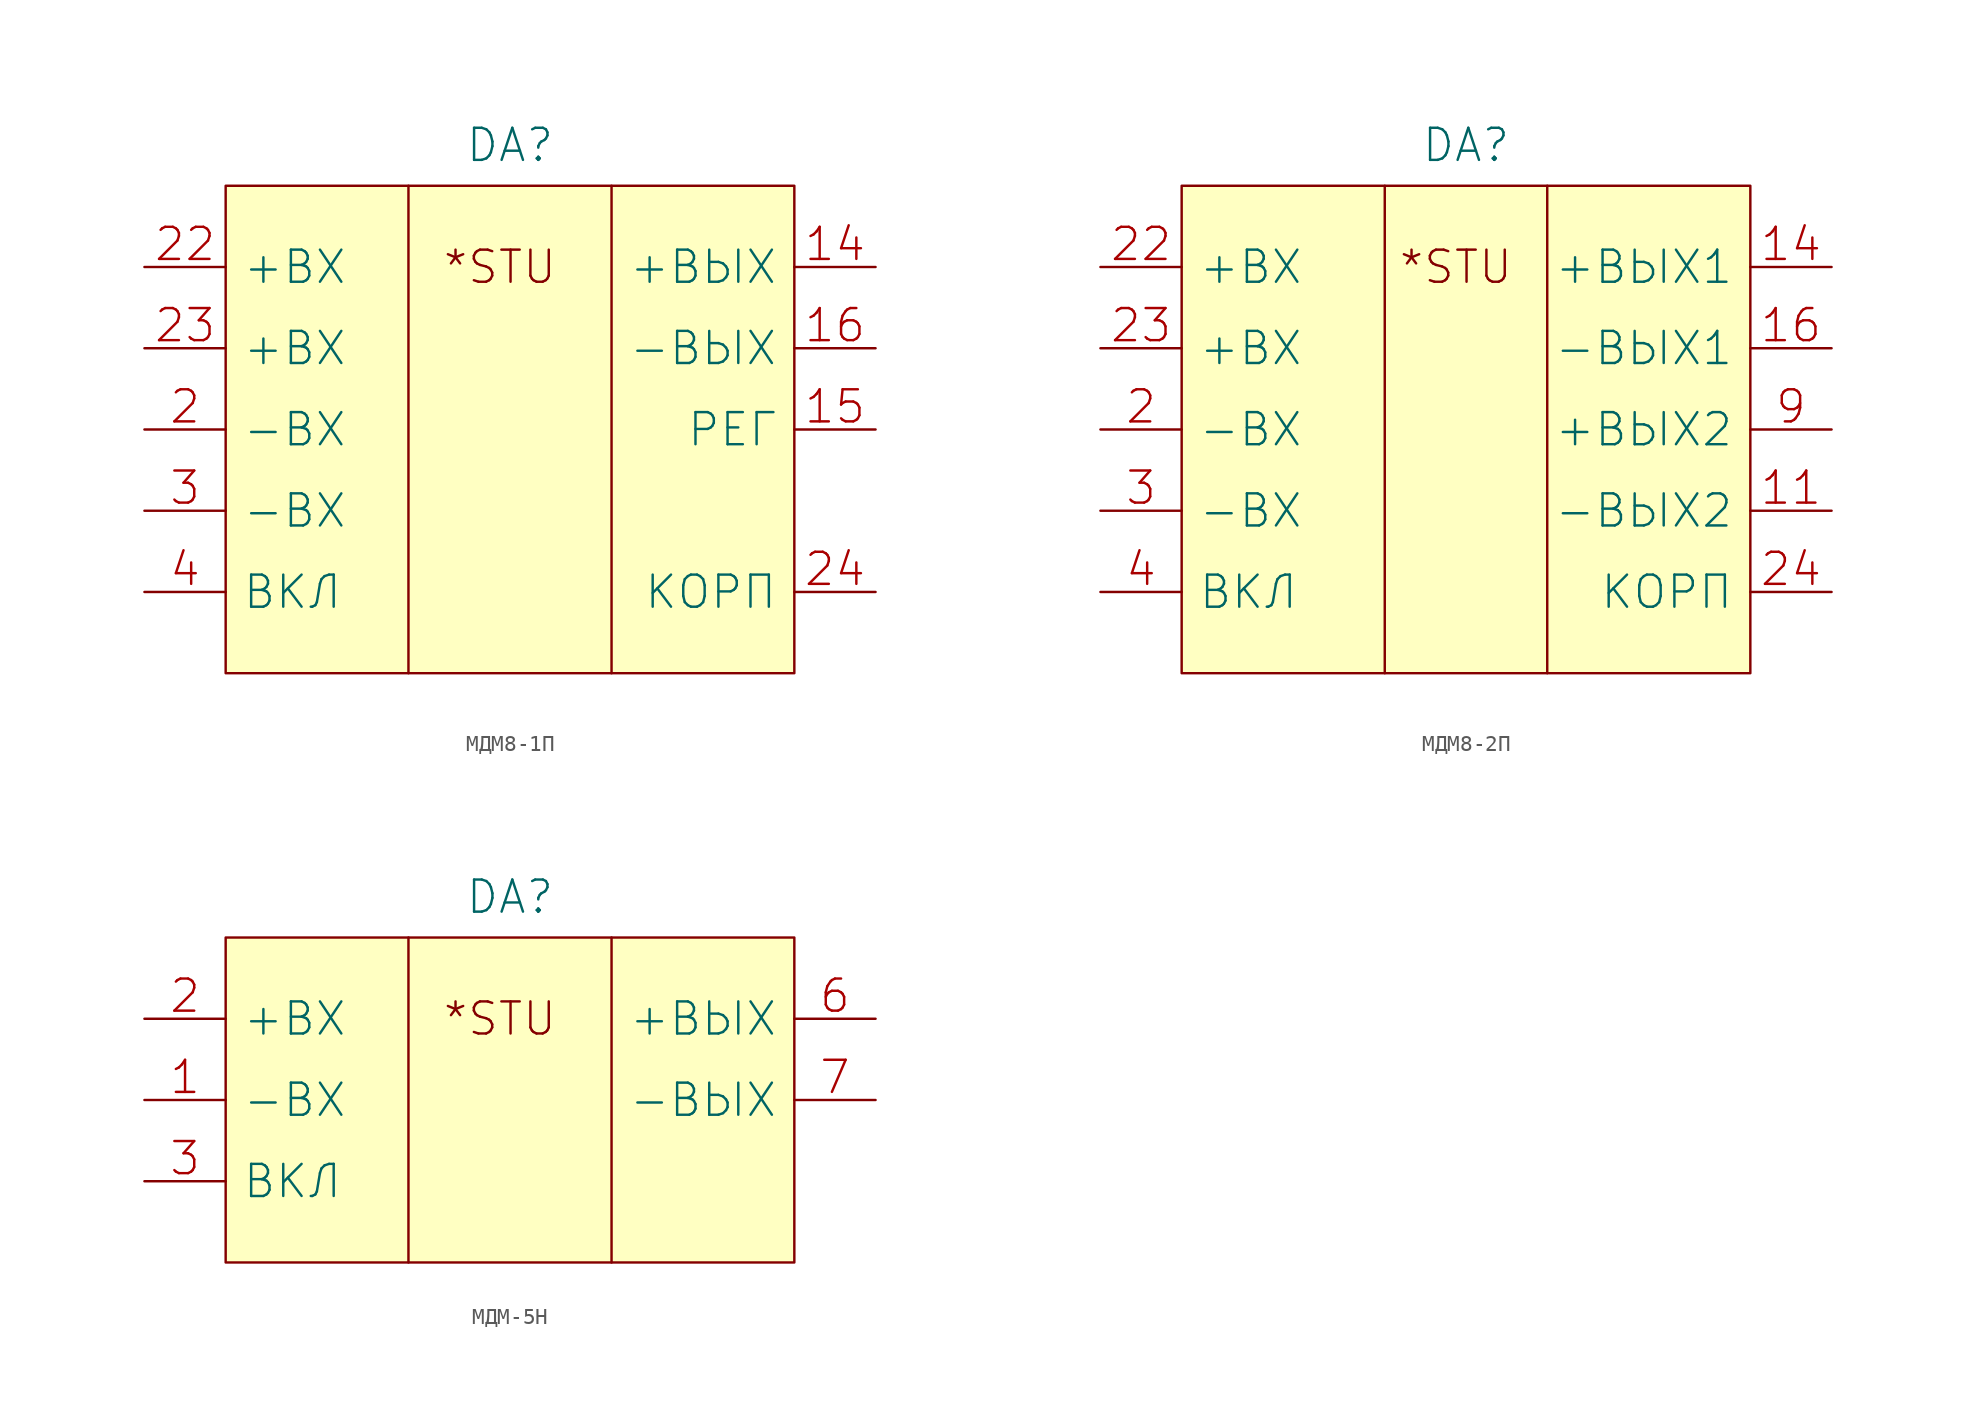
<source format=kicad_sym>
(kicad_symbol_lib
  (version 20231120)
  (generator "kicad_symbol_editor")
  (generator_version "8.0")
  (symbol "МДМ8-1П"
    (pin_names
      (offset 1.016))
    (property "Reference" "DA"
      (at 0 17.78 0)
      (effects (font (size 2.007 2.007))))
    (symbol "МДМ8-1П_0_0"
      (polyline (pts (xy -6.35 15.24) (xy -6.35 -15.24)) (stroke (width 0) (type solid)) (fill (type none)))
      (text "*STU" (at -0.635 10.16 0) (effects (font (size 2.007 2.007)))))
    (symbol "МДМ8-1П_0_1"
      (rectangle (start -17.78 15.24) (end 17.78 -15.24) (stroke (width 0) (type solid)) (fill (type background)))
      (polyline (pts (xy 6.35 15.24) (xy 6.35 -15.24)) (stroke (width 0) (type solid)) (fill (type none))))
    (symbol "МДМ8-1П_1_1"
      (pin power_out line (at 22.86 10.16 180) (length 5.08) (name "+ВЫХ" (effects (font (size 2.007 2.007)))) (number "14" (effects (font (size 2.007 2.007)))))
      (pin input line (at 22.86 0 180) (length 5.08) (name "РЕГ" (effects (font (size 2.007 2.007)))) (number "15" (effects (font (size 2.007 2.007)))))
      (pin power_out line (at 22.86 5.08 180) (length 5.08) (name "-ВЫХ" (effects (font (size 2.007 2.007)))) (number "16" (effects (font (size 2.007 2.007)))))
      (pin power_in line (at -22.86 0 0) (length 5.08) (name "-ВХ" (effects (font (size 2.007 2.007)))) (number "2" (effects (font (size 2.007 2.007)))))
      (pin power_in line (at -22.86 10.16 0) (length 5.08) (name "+ВХ" (effects (font (size 2.007 2.007)))) (number "22" (effects (font (size 2.007 2.007)))))
      (pin power_in line (at -22.86 5.08 0) (length 5.08) (name "+ВХ" (effects (font (size 2.007 2.007)))) (number "23" (effects (font (size 2.007 2.007)))))
      (pin passive line (at 22.86 -10.16 180) (length 5.08) (name "КОРП" (effects (font (size 2.007 2.007)))) (number "24" (effects (font (size 2.007 2.007)))))
      (pin power_in line (at -22.86 -5.08 0) (length 5.08) (name "-ВХ" (effects (font (size 2.007 2.007)))) (number "3" (effects (font (size 2.007 2.007)))))
      (pin input line (at -22.86 -10.16 0) (length 5.08) (name "ВКЛ" (effects (font (size 2.007 2.007)))) (number "4" (effects (font (size 2.007 2.007)))))))
  (symbol "МДМ8-2П"
    (pin_names
      (offset 1.016))
    (property "Reference" "DA"
      (at 0 17.78 0)
      (effects (font (size 2.007 2.007))))
    (symbol "МДМ8-2П_0_0"
      (polyline (pts (xy -5.08 15.24) (xy -5.08 -15.24)) (stroke (width 0) (type solid)) (fill (type none)))
      (text "*STU" (at -0.635 10.16 0) (effects (font (size 2.007 2.007)))))
    (symbol "МДМ8-2П_0_1"
      (rectangle (start -17.78 15.24) (end 17.78 -15.24) (stroke (width 0) (type solid)) (fill (type background)))
      (polyline (pts (xy 5.08 15.24) (xy 5.08 -15.24)) (stroke (width 0) (type solid)) (fill (type none))))
    (symbol "МДМ8-2П_1_1"
      (pin power_out line (at 22.86 -5.08 180) (length 5.08) (name "-ВЫХ2" (effects (font (size 2.007 2.007)))) (number "11" (effects (font (size 2.007 2.007)))))
      (pin power_out line (at 22.86 10.16 180) (length 5.08) (name "+ВЫХ1" (effects (font (size 2.007 2.007)))) (number "14" (effects (font (size 2.007 2.007)))))
      (pin power_out line (at 22.86 5.08 180) (length 5.08) (name "-ВЫХ1" (effects (font (size 2.007 2.007)))) (number "16" (effects (font (size 2.007 2.007)))))
      (pin power_in line (at -22.86 0 0) (length 5.08) (name "-ВХ" (effects (font (size 2.007 2.007)))) (number "2" (effects (font (size 2.007 2.007)))))
      (pin power_in line (at -22.86 10.16 0) (length 5.08) (name "+ВХ" (effects (font (size 2.007 2.007)))) (number "22" (effects (font (size 2.007 2.007)))))
      (pin power_in line (at -22.86 5.08 0) (length 5.08) (name "+ВХ" (effects (font (size 2.007 2.007)))) (number "23" (effects (font (size 2.007 2.007)))))
      (pin passive line (at 22.86 -10.16 180) (length 5.08) (name "КОРП" (effects (font (size 2.007 2.007)))) (number "24" (effects (font (size 2.007 2.007)))))
      (pin power_in line (at -22.86 -5.08 0) (length 5.08) (name "-ВХ" (effects (font (size 2.007 2.007)))) (number "3" (effects (font (size 2.007 2.007)))))
      (pin input line (at -22.86 -10.16 0) (length 5.08) (name "ВКЛ" (effects (font (size 2.007 2.007)))) (number "4" (effects (font (size 2.007 2.007)))))
      (pin power_out line (at 22.86 0 180) (length 5.08) (name "+ВЫХ2" (effects (font (size 2.007 2.007)))) (number "9" (effects (font (size 2.007 2.007)))))))
  (symbol "МДМ-5Н"
    (pin_names
      (offset 1.016))
    (property "Reference" "DA"
      (at 0 12.7 0)
      (effects (font (size 2.007 2.007))))
    (symbol "МДМ-5Н_0_0"
      (polyline (pts (xy -6.35 10.16) (xy -6.35 -10.16)) (stroke (width 0) (type solid)) (fill (type none)))
      (text "*STU" (at -0.635 5.08 0) (effects (font (size 2.007 2.007)))))
    (symbol "МДМ-5Н_0_1"
      (rectangle (start -17.78 10.16) (end 17.78 -10.16) (stroke (width 0) (type solid)) (fill (type background)))
      (polyline (pts (xy 6.35 10.16) (xy 6.35 -10.16)) (stroke (width 0) (type solid)) (fill (type none))))
    (symbol "МДМ-5Н_1_1"
      (pin power_in line (at -22.86 0 0) (length 5.08) (name "-ВХ" (effects (font (size 2.007 2.007)))) (number "1" (effects (font (size 2.007 2.007)))))
      (pin power_in line (at -22.86 5.08 0) (length 5.08) (name "+ВХ" (effects (font (size 2.007 2.007)))) (number "2" (effects (font (size 2.007 2.007)))))
      (pin input line (at -22.86 -5.08 0) (length 5.08) (name "ВКЛ" (effects (font (size 2.007 2.007)))) (number "3" (effects (font (size 2.007 2.007)))))
      (pin power_out line (at 22.86 5.08 180) (length 5.08) (name "+ВЫХ" (effects (font (size 2.007 2.007)))) (number "6" (effects (font (size 2.007 2.007)))))
      (pin power_in line (at 22.86 0 180) (length 5.08) (name "-ВЫХ" (effects (font (size 2.007 2.007)))) (number "7" (effects (font (size 2.007 2.007))))))))
</source>
